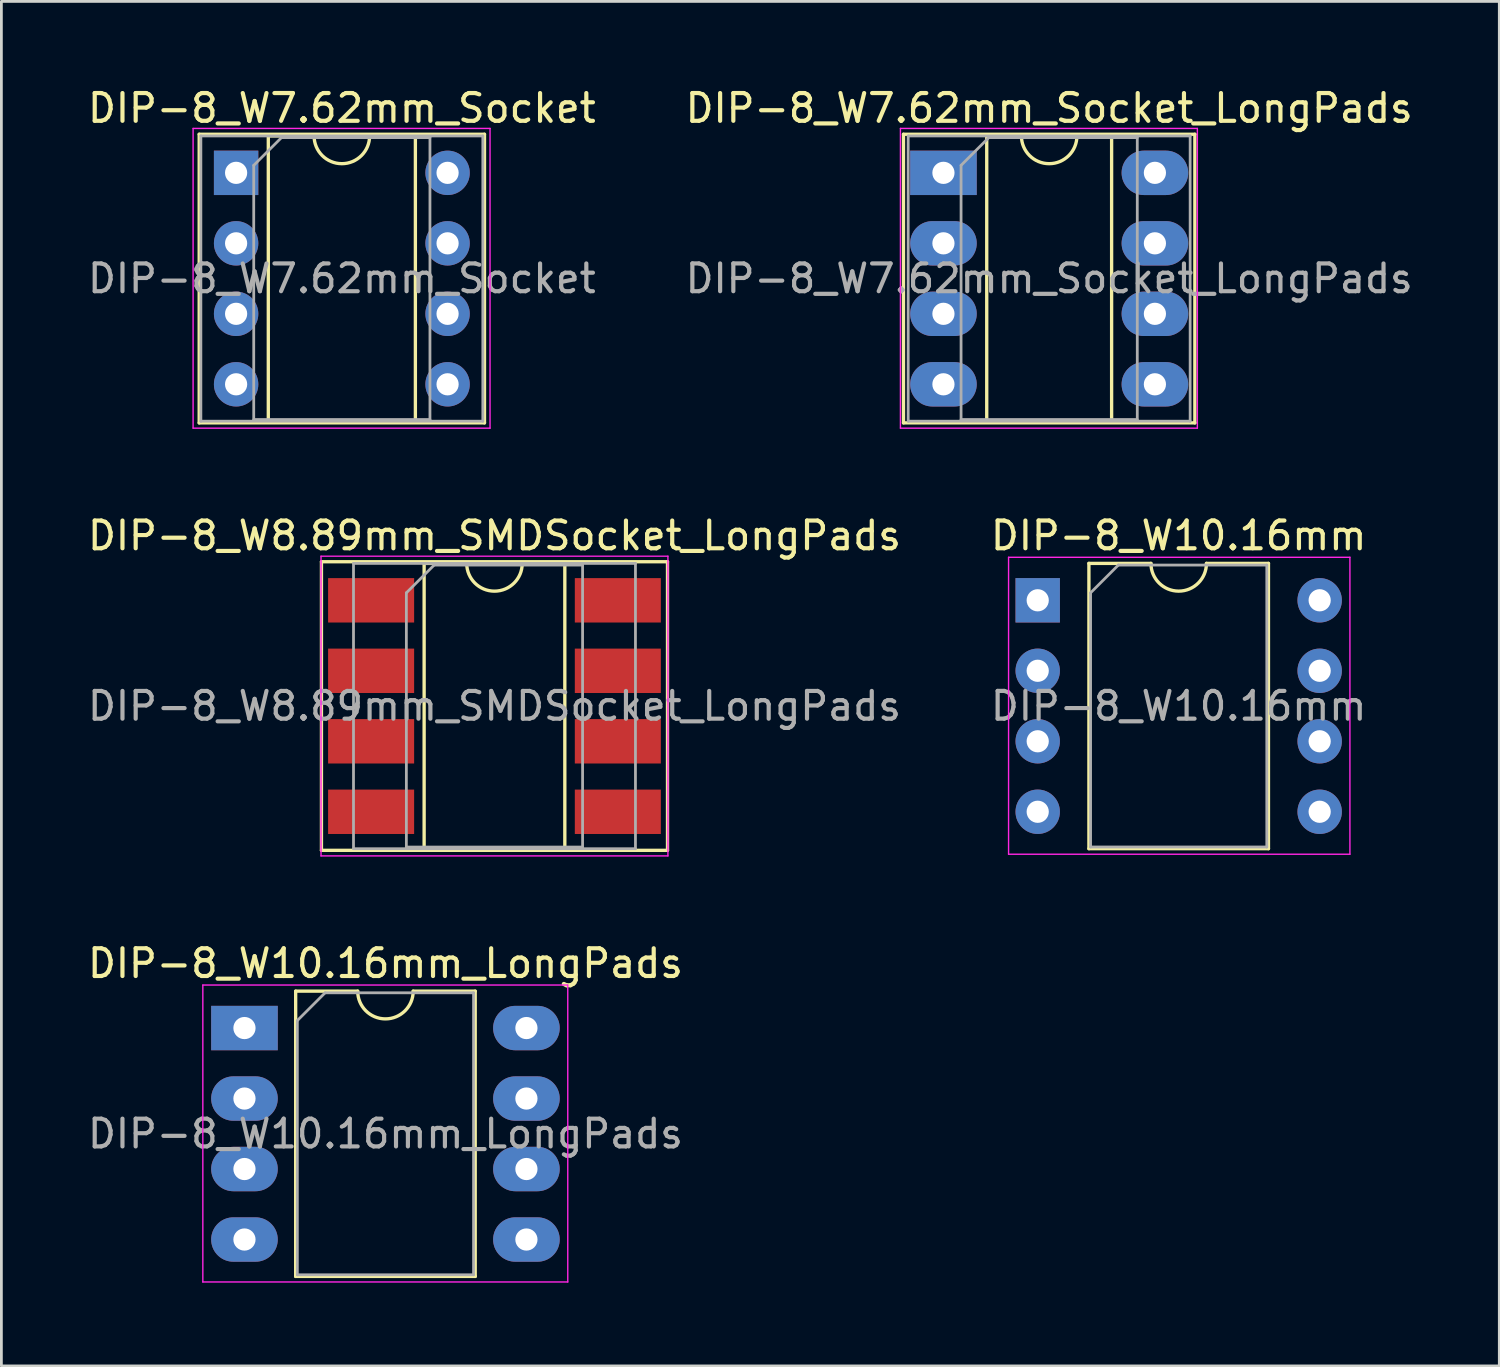
<source format=kicad_pcb>
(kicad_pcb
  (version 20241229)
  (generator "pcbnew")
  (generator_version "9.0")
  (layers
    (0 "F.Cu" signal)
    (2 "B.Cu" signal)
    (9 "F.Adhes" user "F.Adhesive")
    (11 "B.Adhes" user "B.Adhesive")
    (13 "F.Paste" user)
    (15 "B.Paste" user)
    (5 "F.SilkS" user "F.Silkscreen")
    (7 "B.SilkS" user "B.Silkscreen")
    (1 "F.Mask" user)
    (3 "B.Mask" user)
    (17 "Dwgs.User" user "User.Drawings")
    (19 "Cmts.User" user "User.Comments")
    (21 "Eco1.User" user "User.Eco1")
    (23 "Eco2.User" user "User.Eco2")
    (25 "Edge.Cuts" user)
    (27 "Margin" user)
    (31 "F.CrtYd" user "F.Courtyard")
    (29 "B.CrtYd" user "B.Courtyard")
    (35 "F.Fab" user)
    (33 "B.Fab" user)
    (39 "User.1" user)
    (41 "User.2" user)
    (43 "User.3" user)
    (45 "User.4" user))
  (footprint "DIP-8_W7.62mm_Socket"
    (layer "F.Cu")
    (at 5.458 3.178)
    (property "Reference" "DIP-8_W7.62mm_Socket" (at 3.81 -2.33 0) (layer "F.SilkS") (effects (font (size 1 1) (thickness 0.15))))
    (attr through_hole)
    (fp_line (start -1.33 -1.39) (end -1.33 9.01) (stroke (width 0.12) (type solid)) (layer "F.SilkS"))
    (fp_line (start -1.33 9.01) (end 8.95 9.01) (stroke (width 0.12) (type solid)) (layer "F.SilkS"))
    (fp_line (start 1.16 -1.33) (end 1.16 8.95) (stroke (width 0.12) (type solid)) (layer "F.SilkS"))
    (fp_line (start 1.16 8.95) (end 6.46 8.95) (stroke (width 0.12) (type solid)) (layer "F.SilkS"))
    (fp_line (start 2.81 -1.33) (end 1.16 -1.33) (stroke (width 0.12) (type solid)) (layer "F.SilkS"))
    (fp_line (start 6.46 -1.33) (end 4.81 -1.33) (stroke (width 0.12) (type solid)) (layer "F.SilkS"))
    (fp_line (start 6.46 8.95) (end 6.46 -1.33) (stroke (width 0.12) (type solid)) (layer "F.SilkS"))
    (fp_line (start 8.95 -1.39) (end -1.33 -1.39) (stroke (width 0.12) (type solid)) (layer "F.SilkS"))
    (fp_line (start 8.95 9.01) (end 8.95 -1.39) (stroke (width 0.12) (type solid)) (layer "F.SilkS"))
    (fp_arc (start 4.81 -1.33) (mid 3.81 -0.33) (end 2.81 -1.33) (stroke (width 0.12) (type solid)) (layer "F.SilkS"))
    (fp_line (start -1.55 -1.6) (end -1.55 9.2) (stroke (width 0.05) (type solid)) (layer "F.CrtYd"))
    (fp_line (start -1.55 9.2) (end 9.15 9.2) (stroke (width 0.05) (type solid)) (layer "F.CrtYd"))
    (fp_line (start 9.15 -1.6) (end -1.55 -1.6) (stroke (width 0.05) (type solid)) (layer "F.CrtYd"))
    (fp_line (start 9.15 9.2) (end 9.15 -1.6) (stroke (width 0.05) (type solid)) (layer "F.CrtYd"))
    (fp_line (start -1.27 -1.33) (end -1.27 8.95) (stroke (width 0.1) (type solid)) (layer "F.Fab"))
    (fp_line (start -1.27 8.95) (end 8.89 8.95) (stroke (width 0.1) (type solid)) (layer "F.Fab"))
    (fp_line (start 0.635 -0.27) (end 1.635 -1.27) (stroke (width 0.1) (type solid)) (layer "F.Fab"))
    (fp_line (start 0.635 8.89) (end 0.635 -0.27) (stroke (width 0.1) (type solid)) (layer "F.Fab"))
    (fp_line (start 1.635 -1.27) (end 6.985 -1.27) (stroke (width 0.1) (type solid)) (layer "F.Fab"))
    (fp_line (start 6.985 -1.27) (end 6.985 8.89) (stroke (width 0.1) (type solid)) (layer "F.Fab"))
    (fp_line (start 6.985 8.89) (end 0.635 8.89) (stroke (width 0.1) (type solid)) (layer "F.Fab"))
    (fp_line (start 8.89 -1.33) (end -1.27 -1.33) (stroke (width 0.1) (type solid)) (layer "F.Fab"))
    (fp_line (start 8.89 8.95) (end 8.89 -1.33) (stroke (width 0.1) (type solid)) (layer "F.Fab"))
    (fp_text user "${REFERENCE}" (at 3.81 3.81 0) (layer "F.Fab") (effects (font (size 1 1) (thickness 0.15))))
    (pad "1" thru_hole rect (at 0 0) (size 1.6 1.6) (drill 0.8) (layers "*.Cu" "*.Mask"))
    (pad "2" thru_hole oval (at 0 2.54) (size 1.6 1.6) (drill 0.8) (layers "*.Cu" "*.Mask"))
    (pad "3" thru_hole oval (at 0 5.08) (size 1.6 1.6) (drill 0.8) (layers "*.Cu" "*.Mask"))
    (pad "4" thru_hole oval (at 0 7.62) (size 1.6 1.6) (drill 0.8) (layers "*.Cu" "*.Mask"))
    (pad "5" thru_hole oval (at 7.62 7.62) (size 1.6 1.6) (drill 0.8) (layers "*.Cu" "*.Mask"))
    (pad "6" thru_hole oval (at 7.62 5.08) (size 1.6 1.6) (drill 0.8) (layers "*.Cu" "*.Mask"))
    (pad "7" thru_hole oval (at 7.62 2.54) (size 1.6 1.6) (drill 0.8) (layers "*.Cu" "*.Mask"))
    (pad "8" thru_hole oval (at 7.62 0) (size 1.6 1.6) (drill 0.8) (layers "*.Cu" "*.Mask")))
  (footprint "DIP-8_W10.16mm"
    (layer "F.Cu")
    (at 34.343 18.581)
    (property "Reference" "DIP-8_W10.16mm" (at 5.08 -2.33 0) (layer "F.SilkS") (effects (font (size 1 1) (thickness 0.15))))
    (attr through_hole)
    (fp_line (start 1.845 -1.33) (end 1.845 8.95) (stroke (width 0.12) (type solid)) (layer "F.SilkS"))
    (fp_line (start 1.845 8.95) (end 8.315 8.95) (stroke (width 0.12) (type solid)) (layer "F.SilkS"))
    (fp_line (start 4.08 -1.33) (end 1.845 -1.33) (stroke (width 0.12) (type solid)) (layer "F.SilkS"))
    (fp_line (start 8.315 -1.33) (end 6.08 -1.33) (stroke (width 0.12) (type solid)) (layer "F.SilkS"))
    (fp_line (start 8.315 8.95) (end 8.315 -1.33) (stroke (width 0.12) (type solid)) (layer "F.SilkS"))
    (fp_arc (start 6.08 -1.33) (mid 5.08 -0.33) (end 4.08 -1.33) (stroke (width 0.12) (type solid)) (layer "F.SilkS"))
    (fp_line (start -1.05 -1.55) (end -1.05 9.15) (stroke (width 0.05) (type solid)) (layer "F.CrtYd"))
    (fp_line (start -1.05 9.15) (end 11.25 9.15) (stroke (width 0.05) (type solid)) (layer "F.CrtYd"))
    (fp_line (start 11.25 -1.55) (end -1.05 -1.55) (stroke (width 0.05) (type solid)) (layer "F.CrtYd"))
    (fp_line (start 11.25 9.15) (end 11.25 -1.55) (stroke (width 0.05) (type solid)) (layer "F.CrtYd"))
    (fp_line (start 1.905 -0.27) (end 2.905 -1.27) (stroke (width 0.1) (type solid)) (layer "F.Fab"))
    (fp_line (start 1.905 8.89) (end 1.905 -0.27) (stroke (width 0.1) (type solid)) (layer "F.Fab"))
    (fp_line (start 2.905 -1.27) (end 8.255 -1.27) (stroke (width 0.1) (type solid)) (layer "F.Fab"))
    (fp_line (start 8.255 -1.27) (end 8.255 8.89) (stroke (width 0.1) (type solid)) (layer "F.Fab"))
    (fp_line (start 8.255 8.89) (end 1.905 8.89) (stroke (width 0.1) (type solid)) (layer "F.Fab"))
    (fp_text user "${REFERENCE}" (at 5.08 3.81 0) (layer "F.Fab") (effects (font (size 1 1) (thickness 0.15))))
    (pad "1" thru_hole rect (at 0 0) (size 1.6 1.6) (drill 0.8) (layers "*.Cu" "*.Mask"))
    (pad "2" thru_hole oval (at 0 2.54) (size 1.6 1.6) (drill 0.8) (layers "*.Cu" "*.Mask"))
    (pad "3" thru_hole oval (at 0 5.08) (size 1.6 1.6) (drill 0.8) (layers "*.Cu" "*.Mask"))
    (pad "4" thru_hole oval (at 0 7.62) (size 1.6 1.6) (drill 0.8) (layers "*.Cu" "*.Mask"))
    (pad "5" thru_hole oval (at 10.16 7.62) (size 1.6 1.6) (drill 0.8) (layers "*.Cu" "*.Mask"))
    (pad "6" thru_hole oval (at 10.16 5.08) (size 1.6 1.6) (drill 0.8) (layers "*.Cu" "*.Mask"))
    (pad "7" thru_hole oval (at 10.16 2.54) (size 1.6 1.6) (drill 0.8) (layers "*.Cu" "*.Mask"))
    (pad "8" thru_hole oval (at 10.16 0) (size 1.6 1.6) (drill 0.8) (layers "*.Cu" "*.Mask")))
  (footprint "DIP-8_W10.16mm_LongPads"
    (layer "F.Cu")
    (at 5.759 33.995)
    (property "Reference" "DIP-8_W10.16mm_LongPads" (at 5.08 -2.33 0) (layer "F.SilkS") (effects (font (size 1 1) (thickness 0.15))))
    (attr through_hole)
    (fp_line (start 1.845 -1.33) (end 1.845 8.95) (stroke (width 0.12) (type solid)) (layer "F.SilkS"))
    (fp_line (start 1.845 8.95) (end 8.315 8.95) (stroke (width 0.12) (type solid)) (layer "F.SilkS"))
    (fp_line (start 4.08 -1.33) (end 1.845 -1.33) (stroke (width 0.12) (type solid)) (layer "F.SilkS"))
    (fp_line (start 8.315 -1.33) (end 6.08 -1.33) (stroke (width 0.12) (type solid)) (layer "F.SilkS"))
    (fp_line (start 8.315 8.95) (end 8.315 -1.33) (stroke (width 0.12) (type solid)) (layer "F.SilkS"))
    (fp_arc (start 6.08 -1.33) (mid 5.08 -0.33) (end 4.08 -1.33) (stroke (width 0.12) (type solid)) (layer "F.SilkS"))
    (fp_line (start -1.5 -1.55) (end -1.5 9.15) (stroke (width 0.05) (type solid)) (layer "F.CrtYd"))
    (fp_line (start -1.5 9.15) (end 11.65 9.15) (stroke (width 0.05) (type solid)) (layer "F.CrtYd"))
    (fp_line (start 11.65 -1.55) (end -1.5 -1.55) (stroke (width 0.05) (type solid)) (layer "F.CrtYd"))
    (fp_line (start 11.65 9.15) (end 11.65 -1.55) (stroke (width 0.05) (type solid)) (layer "F.CrtYd"))
    (fp_line (start 1.905 -0.27) (end 2.905 -1.27) (stroke (width 0.1) (type solid)) (layer "F.Fab"))
    (fp_line (start 1.905 8.89) (end 1.905 -0.27) (stroke (width 0.1) (type solid)) (layer "F.Fab"))
    (fp_line (start 2.905 -1.27) (end 8.255 -1.27) (stroke (width 0.1) (type solid)) (layer "F.Fab"))
    (fp_line (start 8.255 -1.27) (end 8.255 8.89) (stroke (width 0.1) (type solid)) (layer "F.Fab"))
    (fp_line (start 8.255 8.89) (end 1.905 8.89) (stroke (width 0.1) (type solid)) (layer "F.Fab"))
    (fp_text user "${REFERENCE}" (at 5.08 3.81 0) (layer "F.Fab") (effects (font (size 1 1) (thickness 0.15))))
    (pad "1" thru_hole rect (at 0 0) (size 2.4 1.6) (drill 0.8) (layers "*.Cu" "*.Mask"))
    (pad "2" thru_hole oval (at 0 2.54) (size 2.4 1.6) (drill 0.8) (layers "*.Cu" "*.Mask"))
    (pad "3" thru_hole oval (at 0 5.08) (size 2.4 1.6) (drill 0.8) (layers "*.Cu" "*.Mask"))
    (pad "4" thru_hole oval (at 0 7.62) (size 2.4 1.6) (drill 0.8) (layers "*.Cu" "*.Mask"))
    (pad "5" thru_hole oval (at 10.16 7.62) (size 2.4 1.6) (drill 0.8) (layers "*.Cu" "*.Mask"))
    (pad "6" thru_hole oval (at 10.16 5.08) (size 2.4 1.6) (drill 0.8) (layers "*.Cu" "*.Mask"))
    (pad "7" thru_hole oval (at 10.16 2.54) (size 2.4 1.6) (drill 0.8) (layers "*.Cu" "*.Mask"))
    (pad "8" thru_hole oval (at 10.16 0) (size 2.4 1.6) (drill 0.8) (layers "*.Cu" "*.Mask")))
  (footprint "DIP-8_W8.89mm_SMDSocket_LongPads"
    (layer "F.Cu")
    (at 14.768 22.392)
    (property "Reference" "DIP-8_W8.89mm_SMDSocket_LongPads" (at 0 -6.14 0) (layer "F.SilkS") (effects (font (size 1 1) (thickness 0.15))))
    (attr smd)
    (fp_line (start -6.235 -5.2) (end -6.235 5.2) (stroke (width 0.12) (type solid)) (layer "F.SilkS"))
    (fp_line (start -6.235 5.2) (end 6.235 5.2) (stroke (width 0.12) (type solid)) (layer "F.SilkS"))
    (fp_line (start -2.535 -5.14) (end -2.535 5.14) (stroke (width 0.12) (type solid)) (layer "F.SilkS"))
    (fp_line (start -2.535 5.14) (end 2.535 5.14) (stroke (width 0.12) (type solid)) (layer "F.SilkS"))
    (fp_line (start -1 -5.14) (end -2.535 -5.14) (stroke (width 0.12) (type solid)) (layer "F.SilkS"))
    (fp_line (start 2.535 -5.14) (end 1 -5.14) (stroke (width 0.12) (type solid)) (layer "F.SilkS"))
    (fp_line (start 2.535 5.14) (end 2.535 -5.14) (stroke (width 0.12) (type solid)) (layer "F.SilkS"))
    (fp_line (start 6.235 -5.2) (end -6.235 -5.2) (stroke (width 0.12) (type solid)) (layer "F.SilkS"))
    (fp_line (start 6.235 5.2) (end 6.235 -5.2) (stroke (width 0.12) (type solid)) (layer "F.SilkS"))
    (fp_arc (start 1 -5.14) (mid 0 -4.14) (end -1 -5.14) (stroke (width 0.12) (type solid)) (layer "F.SilkS"))
    (fp_line (start -6.25 -5.4) (end -6.25 5.4) (stroke (width 0.05) (type solid)) (layer "F.CrtYd"))
    (fp_line (start -6.25 5.4) (end 6.25 5.4) (stroke (width 0.05) (type solid)) (layer "F.CrtYd"))
    (fp_line (start 6.25 -5.4) (end -6.25 -5.4) (stroke (width 0.05) (type solid)) (layer "F.CrtYd"))
    (fp_line (start 6.25 5.4) (end 6.25 -5.4) (stroke (width 0.05) (type solid)) (layer "F.CrtYd"))
    (fp_line (start -5.08 -5.14) (end -5.08 5.14) (stroke (width 0.1) (type solid)) (layer "F.Fab"))
    (fp_line (start -5.08 5.14) (end 5.08 5.14) (stroke (width 0.1) (type solid)) (layer "F.Fab"))
    (fp_line (start -3.175 -4.08) (end -2.175 -5.08) (stroke (width 0.1) (type solid)) (layer "F.Fab"))
    (fp_line (start -3.175 5.08) (end -3.175 -4.08) (stroke (width 0.1) (type solid)) (layer "F.Fab"))
    (fp_line (start -2.175 -5.08) (end 3.175 -5.08) (stroke (width 0.1) (type solid)) (layer "F.Fab"))
    (fp_line (start 3.175 -5.08) (end 3.175 5.08) (stroke (width 0.1) (type solid)) (layer "F.Fab"))
    (fp_line (start 3.175 5.08) (end -3.175 5.08) (stroke (width 0.1) (type solid)) (layer "F.Fab"))
    (fp_line (start 5.08 -5.14) (end -5.08 -5.14) (stroke (width 0.1) (type solid)) (layer "F.Fab"))
    (fp_line (start 5.08 5.14) (end 5.08 -5.14) (stroke (width 0.1) (type solid)) (layer "F.Fab"))
    (fp_text user "${REFERENCE}" (at 0 0 0) (layer "F.Fab") (effects (font (size 1 1) (thickness 0.15))))
    (pad "1" smd rect (at -4.445 -3.81) (size 3.1 1.6) (layers "F.Cu" "F.Mask" "F.Paste"))
    (pad "2" smd rect (at -4.445 -1.27) (size 3.1 1.6) (layers "F.Cu" "F.Mask" "F.Paste"))
    (pad "3" smd rect (at -4.445 1.27) (size 3.1 1.6) (layers "F.Cu" "F.Mask" "F.Paste"))
    (pad "4" smd rect (at -4.445 3.81) (size 3.1 1.6) (layers "F.Cu" "F.Mask" "F.Paste"))
    (pad "5" smd rect (at 4.445 3.81) (size 3.1 1.6) (layers "F.Cu" "F.Mask" "F.Paste"))
    (pad "6" smd rect (at 4.445 1.27) (size 3.1 1.6) (layers "F.Cu" "F.Mask" "F.Paste"))
    (pad "7" smd rect (at 4.445 -1.27) (size 3.1 1.6) (layers "F.Cu" "F.Mask" "F.Paste"))
    (pad "8" smd rect (at 4.445 -3.81) (size 3.1 1.6) (layers "F.Cu" "F.Mask" "F.Paste")))
  (footprint "DIP-8_W7.62mm_Socket_LongPads"
    (layer "F.Cu")
    (at 30.946 3.178)
    (property "Reference" "DIP-8_W7.62mm_Socket_LongPads" (at 3.81 -2.33 0) (layer "F.SilkS") (effects (font (size 1 1) (thickness 0.15))))
    (attr through_hole)
    (fp_line (start -1.44 -1.39) (end -1.44 9.01) (stroke (width 0.12) (type solid)) (layer "F.SilkS"))
    (fp_line (start -1.44 9.01) (end 9.06 9.01) (stroke (width 0.12) (type solid)) (layer "F.SilkS"))
    (fp_line (start 1.56 -1.33) (end 1.56 8.95) (stroke (width 0.12) (type solid)) (layer "F.SilkS"))
    (fp_line (start 1.56 8.95) (end 6.06 8.95) (stroke (width 0.12) (type solid)) (layer "F.SilkS"))
    (fp_line (start 2.81 -1.33) (end 1.56 -1.33) (stroke (width 0.12) (type solid)) (layer "F.SilkS"))
    (fp_line (start 6.06 -1.33) (end 4.81 -1.33) (stroke (width 0.12) (type solid)) (layer "F.SilkS"))
    (fp_line (start 6.06 8.95) (end 6.06 -1.33) (stroke (width 0.12) (type solid)) (layer "F.SilkS"))
    (fp_line (start 9.06 -1.39) (end -1.44 -1.39) (stroke (width 0.12) (type solid)) (layer "F.SilkS"))
    (fp_line (start 9.06 9.01) (end 9.06 -1.39) (stroke (width 0.12) (type solid)) (layer "F.SilkS"))
    (fp_arc (start 4.81 -1.33) (mid 3.81 -0.33) (end 2.81 -1.33) (stroke (width 0.12) (type solid)) (layer "F.SilkS"))
    (fp_line (start -1.55 -1.6) (end -1.55 9.2) (stroke (width 0.05) (type solid)) (layer "F.CrtYd"))
    (fp_line (start -1.55 9.2) (end 9.15 9.2) (stroke (width 0.05) (type solid)) (layer "F.CrtYd"))
    (fp_line (start 9.15 -1.6) (end -1.55 -1.6) (stroke (width 0.05) (type solid)) (layer "F.CrtYd"))
    (fp_line (start 9.15 9.2) (end 9.15 -1.6) (stroke (width 0.05) (type solid)) (layer "F.CrtYd"))
    (fp_line (start -1.27 -1.33) (end -1.27 8.95) (stroke (width 0.1) (type solid)) (layer "F.Fab"))
    (fp_line (start -1.27 8.95) (end 8.89 8.95) (stroke (width 0.1) (type solid)) (layer "F.Fab"))
    (fp_line (start 0.635 -0.27) (end 1.635 -1.27) (stroke (width 0.1) (type solid)) (layer "F.Fab"))
    (fp_line (start 0.635 8.89) (end 0.635 -0.27) (stroke (width 0.1) (type solid)) (layer "F.Fab"))
    (fp_line (start 1.635 -1.27) (end 6.985 -1.27) (stroke (width 0.1) (type solid)) (layer "F.Fab"))
    (fp_line (start 6.985 -1.27) (end 6.985 8.89) (stroke (width 0.1) (type solid)) (layer "F.Fab"))
    (fp_line (start 6.985 8.89) (end 0.635 8.89) (stroke (width 0.1) (type solid)) (layer "F.Fab"))
    (fp_line (start 8.89 -1.33) (end -1.27 -1.33) (stroke (width 0.1) (type solid)) (layer "F.Fab"))
    (fp_line (start 8.89 8.95) (end 8.89 -1.33) (stroke (width 0.1) (type solid)) (layer "F.Fab"))
    (fp_text user "${REFERENCE}" (at 3.81 3.81 0) (layer "F.Fab") (effects (font (size 1 1) (thickness 0.15))))
    (pad "1" thru_hole rect (at 0 0) (size 2.4 1.6) (drill 0.8) (layers "*.Cu" "*.Mask"))
    (pad "2" thru_hole oval (at 0 2.54) (size 2.4 1.6) (drill 0.8) (layers "*.Cu" "*.Mask"))
    (pad "3" thru_hole oval (at 0 5.08) (size 2.4 1.6) (drill 0.8) (layers "*.Cu" "*.Mask"))
    (pad "4" thru_hole oval (at 0 7.62) (size 2.4 1.6) (drill 0.8) (layers "*.Cu" "*.Mask"))
    (pad "5" thru_hole oval (at 7.62 7.62) (size 2.4 1.6) (drill 0.8) (layers "*.Cu" "*.Mask"))
    (pad "6" thru_hole oval (at 7.62 5.08) (size 2.4 1.6) (drill 0.8) (layers "*.Cu" "*.Mask"))
    (pad "7" thru_hole oval (at 7.62 2.54) (size 2.4 1.6) (drill 0.8) (layers "*.Cu" "*.Mask"))
    (pad "8" thru_hole oval (at 7.62 0) (size 2.4 1.6) (drill 0.8) (layers "*.Cu" "*.Mask")))
  (gr_rect
    (start -3 -3)
    (end 50.976 46.17)
    (stroke (width 0.1) (type default))
    (fill no)
    (layer "Edge.Cuts")))
</source>
